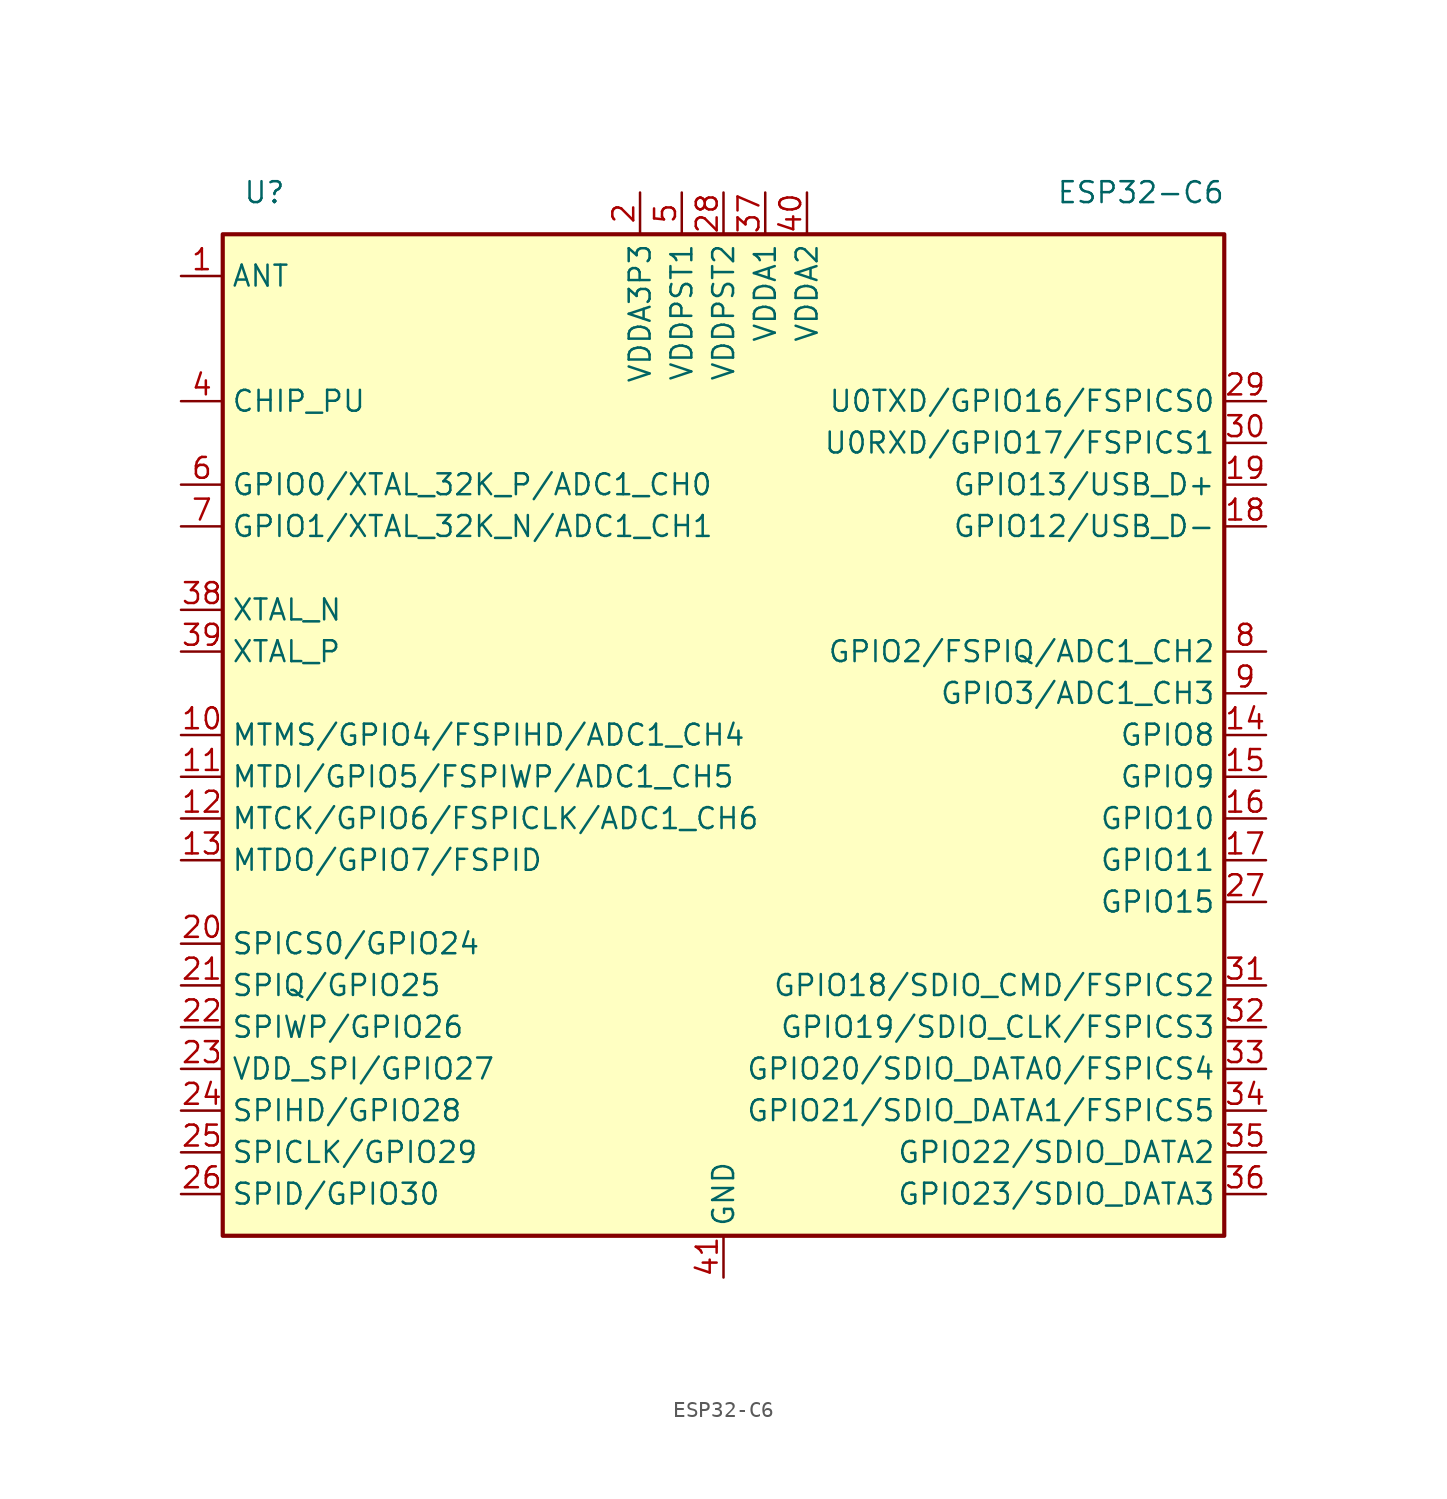
<source format=kicad_sym>
(kicad_symbol_lib
  (version 20211014)
  (generator kicad_symbol_editor)
  (symbol "ESP32-C6"
    (property "Reference" "U"
      (at -27.94 33.02 0)
      (effects (font (size 1.27 1.27))))
    (property "Value" "ESP32-C6"
      (at 25.4 33.02 0)
      (effects (font (size 1.27 1.27))))
    (symbol "ESP32-C6_0_1"
      (rectangle (start -30.48 30.48) (end 30.48 -30.48) (stroke (width 0.254) (type default) (color 0 0 0 0)) (fill (type background))))
    (symbol "ESP32-C6_1_1"
      (pin bidirectional line (at -33.02 27.94 0) (length 2.54) (name "ANT" (effects (font (size 1.27 1.27)))) (number "1" (effects (font (size 1.27 1.27)))))
      (pin bidirectional line (at -33.02 0 0) (length 2.54) (name "MTMS/GPIO4/FSPIHD/ADC1_CH4" (effects (font (size 1.27 1.27)))) (number "10" (effects (font (size 1.27 1.27)))))
      (pin bidirectional line (at -33.02 -2.54 0) (length 2.54) (name "MTDI/GPIO5/FSPIWP/ADC1_CH5" (effects (font (size 1.27 1.27)))) (number "11" (effects (font (size 1.27 1.27)))))
      (pin bidirectional line (at -33.02 -5.08 0) (length 2.54) (name "MTCK/GPIO6/FSPICLK/ADC1_CH6" (effects (font (size 1.27 1.27)))) (number "12" (effects (font (size 1.27 1.27)))))
      (pin bidirectional line (at -33.02 -7.62 0) (length 2.54) (name "MTDO/GPIO7/FSPID" (effects (font (size 1.27 1.27)))) (number "13" (effects (font (size 1.27 1.27)))))
      (pin bidirectional line (at 33.02 0 180) (length 2.54) (name "GPIO8" (effects (font (size 1.27 1.27)))) (number "14" (effects (font (size 1.27 1.27)))))
      (pin bidirectional line (at 33.02 -2.54 180) (length 2.54) (name "GPIO9" (effects (font (size 1.27 1.27)))) (number "15" (effects (font (size 1.27 1.27)))))
      (pin bidirectional line (at 33.02 -5.08 180) (length 2.54) (name "GPIO10" (effects (font (size 1.27 1.27)))) (number "16" (effects (font (size 1.27 1.27)))))
      (pin bidirectional line (at 33.02 -7.62 180) (length 2.54) (name "GPIO11" (effects (font (size 1.27 1.27)))) (number "17" (effects (font (size 1.27 1.27)))))
      (pin bidirectional line (at 33.02 12.7 180) (length 2.54) (name "GPIO12/USB_D-" (effects (font (size 1.27 1.27)))) (number "18" (effects (font (size 1.27 1.27)))))
      (pin bidirectional line (at 33.02 15.24 180) (length 2.54) (name "GPIO13/USB_D+" (effects (font (size 1.27 1.27)))) (number "19" (effects (font (size 1.27 1.27)))))
      (pin power_in line (at -5.08 33.02 270) (length 2.54) (name "VDDA3P3" (effects (font (size 1.27 1.27)))) (number "2" (effects (font (size 1.27 1.27)))))
      (pin bidirectional line (at -33.02 -12.7 0) (length 2.54) (name "SPICS0/GPIO24" (effects (font (size 1.27 1.27)))) (number "20" (effects (font (size 1.27 1.27)))))
      (pin bidirectional line (at -33.02 -15.24 0) (length 2.54) (name "SPIQ/GPIO25" (effects (font (size 1.27 1.27)))) (number "21" (effects (font (size 1.27 1.27)))))
      (pin bidirectional line (at -33.02 -17.78 0) (length 2.54) (name "SPIWP/GPIO26" (effects (font (size 1.27 1.27)))) (number "22" (effects (font (size 1.27 1.27)))))
      (pin bidirectional line (at -33.02 -20.32 0) (length 2.54) (name "VDD_SPI/GPIO27" (effects (font (size 1.27 1.27)))) (number "23" (effects (font (size 1.27 1.27)))))
      (pin bidirectional line (at -33.02 -22.86 0) (length 2.54) (name "SPIHD/GPIO28" (effects (font (size 1.27 1.27)))) (number "24" (effects (font (size 1.27 1.27)))))
      (pin bidirectional line (at -33.02 -25.4 0) (length 2.54) (name "SPICLK/GPIO29" (effects (font (size 1.27 1.27)))) (number "25" (effects (font (size 1.27 1.27)))))
      (pin bidirectional line (at -33.02 -27.94 0) (length 2.54) (name "SPID/GPIO30" (effects (font (size 1.27 1.27)))) (number "26" (effects (font (size 1.27 1.27)))))
      (pin bidirectional line (at 33.02 -10.16 180) (length 2.54) (name "GPIO15" (effects (font (size 1.27 1.27)))) (number "27" (effects (font (size 1.27 1.27)))))
      (pin power_in line (at 0 33.02 270) (length 2.54) (name "VDDPST2" (effects (font (size 1.27 1.27)))) (number "28" (effects (font (size 1.27 1.27)))))
      (pin bidirectional line (at 33.02 20.32 180) (length 2.54) (name "U0TXD/GPIO16/FSPICS0" (effects (font (size 1.27 1.27)))) (number "29" (effects (font (size 1.27 1.27)))))
      (pin passive line (at -5.08 33.02 270) (length 2.54) hide (name "VDDA3P3" (effects (font (size 1.27 1.27)))) (number "3" (effects (font (size 1.27 1.27)))))
      (pin bidirectional line (at 33.02 17.78 180) (length 2.54) (name "U0RXD/GPIO17/FSPICS1" (effects (font (size 1.27 1.27)))) (number "30" (effects (font (size 1.27 1.27)))))
      (pin bidirectional line (at 33.02 -15.24 180) (length 2.54) (name "GPIO18/SDIO_CMD/FSPICS2" (effects (font (size 1.27 1.27)))) (number "31" (effects (font (size 1.27 1.27)))))
      (pin bidirectional line (at 33.02 -17.78 180) (length 2.54) (name "GPIO19/SDIO_CLK/FSPICS3" (effects (font (size 1.27 1.27)))) (number "32" (effects (font (size 1.27 1.27)))))
      (pin bidirectional line (at 33.02 -20.32 180) (length 2.54) (name "GPIO20/SDIO_DATA0/FSPICS4" (effects (font (size 1.27 1.27)))) (number "33" (effects (font (size 1.27 1.27)))))
      (pin bidirectional line (at 33.02 -22.86 180) (length 2.54) (name "GPIO21/SDIO_DATA1/FSPICS5" (effects (font (size 1.27 1.27)))) (number "34" (effects (font (size 1.27 1.27)))))
      (pin bidirectional line (at 33.02 -25.4 180) (length 2.54) (name "GPIO22/SDIO_DATA2" (effects (font (size 1.27 1.27)))) (number "35" (effects (font (size 1.27 1.27)))))
      (pin bidirectional line (at 33.02 -27.94 180) (length 2.54) (name "GPIO23/SDIO_DATA3" (effects (font (size 1.27 1.27)))) (number "36" (effects (font (size 1.27 1.27)))))
      (pin power_in line (at 2.54 33.02 270) (length 2.54) (name "VDDA1" (effects (font (size 1.27 1.27)))) (number "37" (effects (font (size 1.27 1.27)))))
      (pin output line (at -33.02 7.62 0) (length 2.54) (name "XTAL_N" (effects (font (size 1.27 1.27)))) (number "38" (effects (font (size 1.27 1.27)))))
      (pin input line (at -33.02 5.08 0) (length 2.54) (name "XTAL_P" (effects (font (size 1.27 1.27)))) (number "39" (effects (font (size 1.27 1.27)))))
      (pin input line (at -33.02 20.32 0) (length 2.54) (name "CHIP_PU" (effects (font (size 1.27 1.27)))) (number "4" (effects (font (size 1.27 1.27)))))
      (pin power_in line (at 5.08 33.02 270) (length 2.54) (name "VDDA2" (effects (font (size 1.27 1.27)))) (number "40" (effects (font (size 1.27 1.27)))))
      (pin power_in line (at 0 -33.02 90) (length 2.54) (name "GND" (effects (font (size 1.27 1.27)))) (number "41" (effects (font (size 1.27 1.27)))))
      (pin power_in line (at -2.54 33.02 270) (length 2.54) (name "VDDPST1" (effects (font (size 1.27 1.27)))) (number "5" (effects (font (size 1.27 1.27)))))
      (pin bidirectional line (at -33.02 15.24 0) (length 2.54) (name "GPIO0/XTAL_32K_P/ADC1_CH0" (effects (font (size 1.27 1.27)))) (number "6" (effects (font (size 1.27 1.27)))))
      (pin bidirectional line (at -33.02 12.7 0) (length 2.54) (name "GPIO1/XTAL_32K_N/ADC1_CH1" (effects (font (size 1.27 1.27)))) (number "7" (effects (font (size 1.27 1.27)))))
      (pin bidirectional line (at 33.02 5.08 180) (length 2.54) (name "GPIO2/FSPIQ/ADC1_CH2" (effects (font (size 1.27 1.27)))) (number "8" (effects (font (size 1.27 1.27)))))
      (pin bidirectional line (at 33.02 2.54 180) (length 2.54) (name "GPIO3/ADC1_CH3" (effects (font (size 1.27 1.27)))) (number "9" (effects (font (size 1.27 1.27))))))))
</source>
